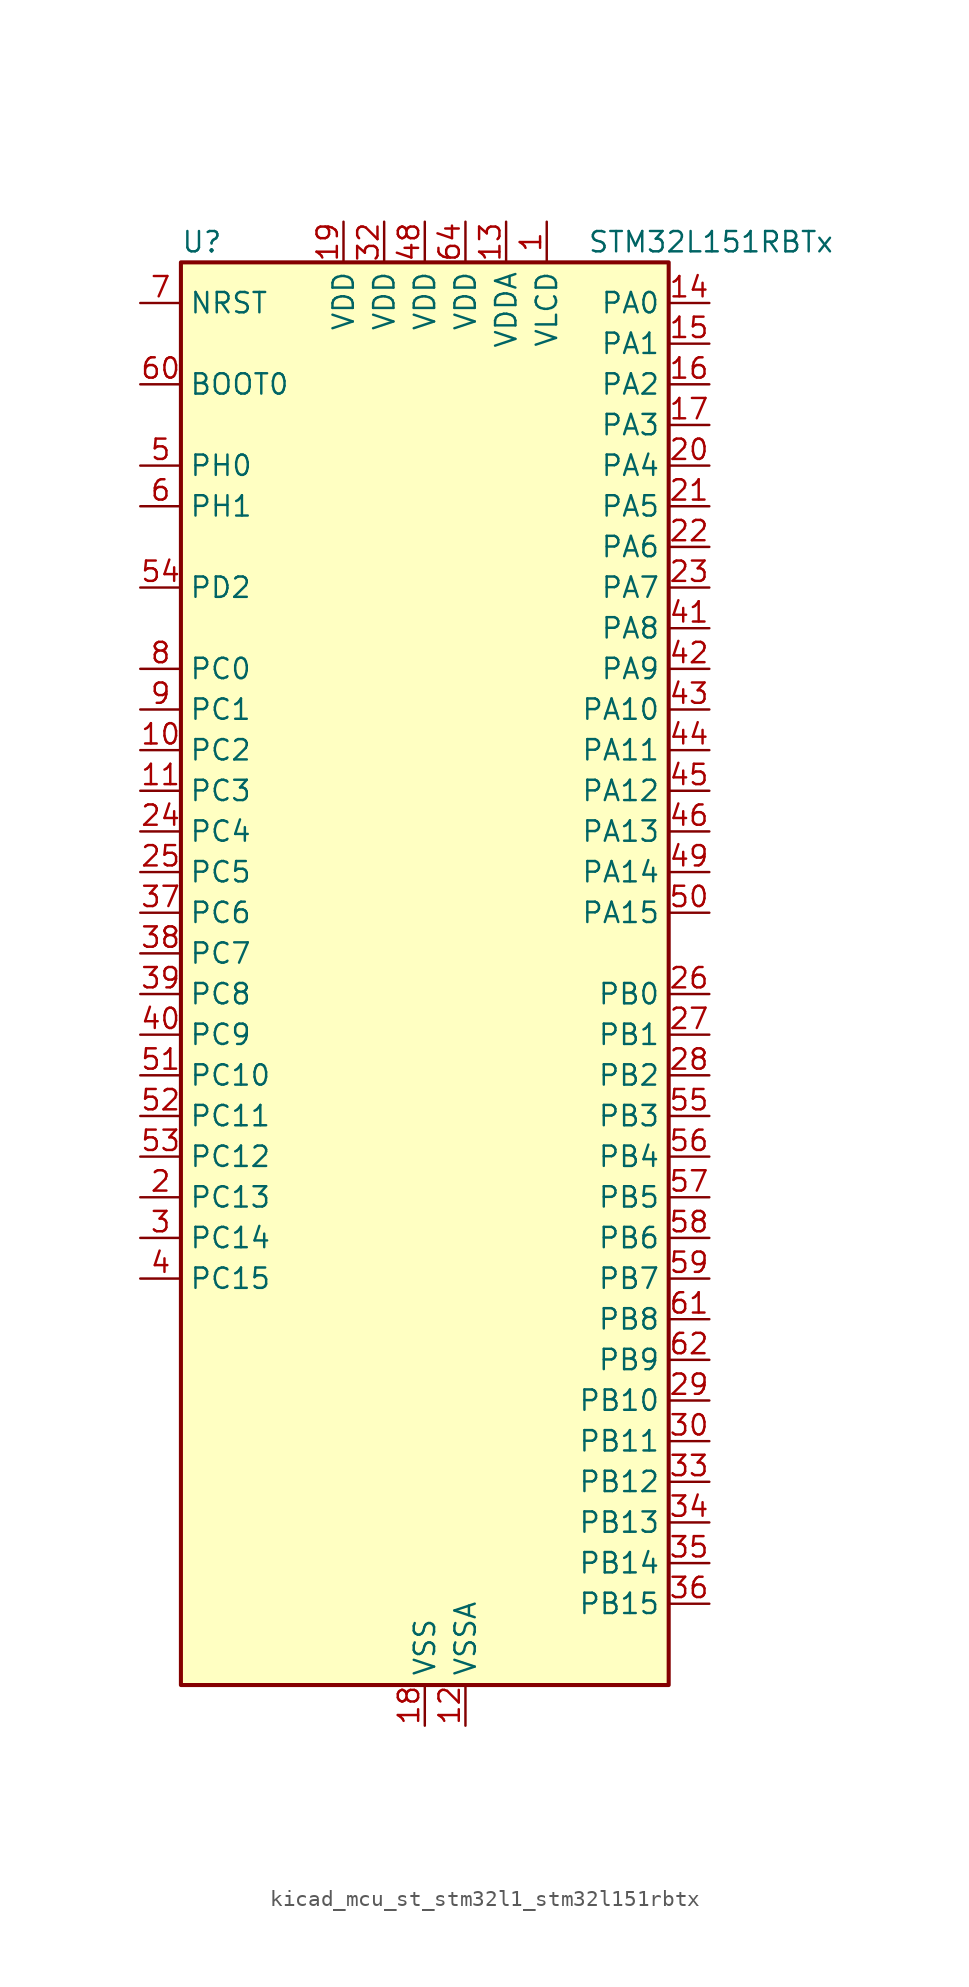
<source format=kicad_sym>
(kicad_symbol_lib
  (version 20220914)
  (generator kicad_symbol_editor)
  (symbol "kicad_mcu_st_stm32l1_stm32l151rbtx"
    (property "Reference" "U"
      (at -15.24 46.99 0)
      (effects (font (size 1.27 1.27)) (justify left)))
    (property "Value" "STM32L151RBTx"
      (at 10.16 46.99 0)
      (effects (font (size 1.27 1.27)) (justify left)))
    (property "ki_locked" ""
      (at 0 0 0)
      (effects (font (size 1.27 1.27))))
    (symbol "kicad_mcu_st_stm32l1_stm32l151rbtx_0_1"
      (rectangle (start -15.24 -43.18) (end 15.24 45.72) (stroke (width 0.254) (type default)) (fill (type background))))
    (symbol "kicad_mcu_st_stm32l1_stm32l151rbtx_1_1"
      (pin power_in line (at 7.62 48.26 270) (length 2.54) (name "VLCD" (effects (font (size 1.27 1.27)))) (number "1" (effects (font (size 1.27 1.27)))))
      (pin bidirectional line (at -17.78 15.24 0) (length 2.54) (name "PC2" (effects (font (size 1.27 1.27)))) (number "10" (effects (font (size 1.27 1.27)))) (alternate "ADC_IN12" bidirectional line) (alternate "COMP1_INP" bidirectional line) (alternate "TIMX_IC3" bidirectional line) (alternate "TS_G8_IO3" bidirectional line))
      (pin bidirectional line (at -17.78 12.7 0) (length 2.54) (name "PC3" (effects (font (size 1.27 1.27)))) (number "11" (effects (font (size 1.27 1.27)))) (alternate "ADC_IN13" bidirectional line) (alternate "COMP1_INP" bidirectional line) (alternate "TIMX_IC4" bidirectional line) (alternate "TS_G8_IO4" bidirectional line))
      (pin power_in line (at 2.54 -45.72 90) (length 2.54) (name "VSSA" (effects (font (size 1.27 1.27)))) (number "12" (effects (font (size 1.27 1.27)))))
      (pin power_in line (at 5.08 48.26 270) (length 2.54) (name "VDDA" (effects (font (size 1.27 1.27)))) (number "13" (effects (font (size 1.27 1.27)))))
      (pin bidirectional line (at 17.78 43.18 180) (length 2.54) (name "PA0" (effects (font (size 1.27 1.27)))) (number "14" (effects (font (size 1.27 1.27)))) (alternate "ADC_IN0" bidirectional line) (alternate "COMP1_INP" bidirectional line) (alternate "SYS_WKUP1" bidirectional line) (alternate "TIM2_CH1" bidirectional line) (alternate "TIM2_ETR" bidirectional line) (alternate "TIMX_IC1" bidirectional line) (alternate "TS_G1_IO1" bidirectional line) (alternate "USART2_CTS" bidirectional line))
      (pin bidirectional line (at 17.78 40.64 180) (length 2.54) (name "PA1" (effects (font (size 1.27 1.27)))) (number "15" (effects (font (size 1.27 1.27)))) (alternate "ADC_IN1" bidirectional line) (alternate "COMP1_INP" bidirectional line) (alternate "TIM2_CH2" bidirectional line) (alternate "TIMX_IC2" bidirectional line) (alternate "TS_G1_IO2" bidirectional line) (alternate "USART2_RTS" bidirectional line))
      (pin bidirectional line (at 17.78 38.1 180) (length 2.54) (name "PA2" (effects (font (size 1.27 1.27)))) (number "16" (effects (font (size 1.27 1.27)))) (alternate "ADC_IN2" bidirectional line) (alternate "COMP1_INP" bidirectional line) (alternate "TIM2_CH3" bidirectional line) (alternate "TIM9_CH1" bidirectional line) (alternate "TIMX_IC3" bidirectional line) (alternate "TS_G1_IO3" bidirectional line) (alternate "USART2_TX" bidirectional line))
      (pin bidirectional line (at 17.78 35.56 180) (length 2.54) (name "PA3" (effects (font (size 1.27 1.27)))) (number "17" (effects (font (size 1.27 1.27)))) (alternate "ADC_IN3" bidirectional line) (alternate "COMP1_INP" bidirectional line) (alternate "TIM2_CH4" bidirectional line) (alternate "TIM9_CH2" bidirectional line) (alternate "TIMX_IC4" bidirectional line) (alternate "TS_G1_IO4" bidirectional line) (alternate "USART2_RX" bidirectional line))
      (pin power_in line (at 0 -45.72 90) (length 2.54) (name "VSS" (effects (font (size 1.27 1.27)))) (number "18" (effects (font (size 1.27 1.27)))))
      (pin power_in line (at -5.08 48.26 270) (length 2.54) (name "VDD" (effects (font (size 1.27 1.27)))) (number "19" (effects (font (size 1.27 1.27)))))
      (pin bidirectional line (at -17.78 -12.7 0) (length 2.54) (name "PC13" (effects (font (size 1.27 1.27)))) (number "2" (effects (font (size 1.27 1.27)))) (alternate "RTC_OUT_ALARM" bidirectional line) (alternate "RTC_OUT_CALIB" bidirectional line) (alternate "RTC_TAMP1" bidirectional line) (alternate "RTC_TS" bidirectional line) (alternate "SYS_WKUP2" bidirectional line) (alternate "TIMX_IC2" bidirectional line))
      (pin bidirectional line (at 17.78 33.02 180) (length 2.54) (name "PA4" (effects (font (size 1.27 1.27)))) (number "20" (effects (font (size 1.27 1.27)))) (alternate "ADC_IN4" bidirectional line) (alternate "COMP1_INP" bidirectional line) (alternate "DAC_OUT1" bidirectional line) (alternate "SPI1_NSS" bidirectional line) (alternate "TIMX_IC1" bidirectional line) (alternate "USART2_CK" bidirectional line))
      (pin bidirectional line (at 17.78 30.48 180) (length 2.54) (name "PA5" (effects (font (size 1.27 1.27)))) (number "21" (effects (font (size 1.27 1.27)))) (alternate "ADC_IN5" bidirectional line) (alternate "COMP1_INP" bidirectional line) (alternate "DAC_OUT2" bidirectional line) (alternate "SPI1_SCK" bidirectional line) (alternate "TIM2_CH1" bidirectional line) (alternate "TIM2_ETR" bidirectional line) (alternate "TIMX_IC2" bidirectional line))
      (pin bidirectional line (at 17.78 27.94 180) (length 2.54) (name "PA6" (effects (font (size 1.27 1.27)))) (number "22" (effects (font (size 1.27 1.27)))) (alternate "ADC_IN6" bidirectional line) (alternate "COMP1_INP" bidirectional line) (alternate "SPI1_MISO" bidirectional line) (alternate "TIM10_CH1" bidirectional line) (alternate "TIM3_CH1" bidirectional line) (alternate "TIMX_IC3" bidirectional line) (alternate "TS_G2_IO1" bidirectional line))
      (pin bidirectional line (at 17.78 25.4 180) (length 2.54) (name "PA7" (effects (font (size 1.27 1.27)))) (number "23" (effects (font (size 1.27 1.27)))) (alternate "ADC_IN7" bidirectional line) (alternate "COMP1_INP" bidirectional line) (alternate "SPI1_MOSI" bidirectional line) (alternate "TIM11_CH1" bidirectional line) (alternate "TIM3_CH2" bidirectional line) (alternate "TIMX_IC4" bidirectional line) (alternate "TS_G2_IO2" bidirectional line))
      (pin bidirectional line (at -17.78 10.16 0) (length 2.54) (name "PC4" (effects (font (size 1.27 1.27)))) (number "24" (effects (font (size 1.27 1.27)))) (alternate "ADC_IN14" bidirectional line) (alternate "COMP1_INP" bidirectional line) (alternate "TIMX_IC1" bidirectional line) (alternate "TS_G9_IO1" bidirectional line))
      (pin bidirectional line (at -17.78 7.62 0) (length 2.54) (name "PC5" (effects (font (size 1.27 1.27)))) (number "25" (effects (font (size 1.27 1.27)))) (alternate "ADC_IN15" bidirectional line) (alternate "COMP1_INP" bidirectional line) (alternate "TIMX_IC2" bidirectional line) (alternate "TS_G9_IO2" bidirectional line))
      (pin bidirectional line (at 17.78 0 180) (length 2.54) (name "PB0" (effects (font (size 1.27 1.27)))) (number "26" (effects (font (size 1.27 1.27)))) (alternate "ADC_IN8" bidirectional line) (alternate "COMP1_INP" bidirectional line) (alternate "SYS_V_REF_OUT" bidirectional line) (alternate "TIM3_CH3" bidirectional line) (alternate "TS_G3_IO1" bidirectional line))
      (pin bidirectional line (at 17.78 -2.54 180) (length 2.54) (name "PB1" (effects (font (size 1.27 1.27)))) (number "27" (effects (font (size 1.27 1.27)))) (alternate "ADC_IN9" bidirectional line) (alternate "COMP1_INP" bidirectional line) (alternate "SYS_V_REF_OUT" bidirectional line) (alternate "TIM3_CH4" bidirectional line) (alternate "TS_G3_IO2" bidirectional line))
      (pin bidirectional line (at 17.78 -5.08 180) (length 2.54) (name "PB2" (effects (font (size 1.27 1.27)))) (number "28" (effects (font (size 1.27 1.27)))))
      (pin bidirectional line (at 17.78 -25.4 180) (length 2.54) (name "PB10" (effects (font (size 1.27 1.27)))) (number "29" (effects (font (size 1.27 1.27)))) (alternate "I2C2_SCL" bidirectional line) (alternate "TIM2_CH3" bidirectional line) (alternate "USART3_TX" bidirectional line))
      (pin bidirectional line (at -17.78 -15.24 0) (length 2.54) (name "PC14" (effects (font (size 1.27 1.27)))) (number "3" (effects (font (size 1.27 1.27)))) (alternate "RCC_OSC32_IN" bidirectional line) (alternate "TIMX_IC3" bidirectional line))
      (pin bidirectional line (at 17.78 -27.94 180) (length 2.54) (name "PB11" (effects (font (size 1.27 1.27)))) (number "30" (effects (font (size 1.27 1.27)))) (alternate "ADC_EXTI11" bidirectional line) (alternate "I2C2_SDA" bidirectional line) (alternate "TIM2_CH4" bidirectional line) (alternate "USART3_RX" bidirectional line))
      (pin passive line (at 0 -45.72 90) (length 2.54) hide (name "VSS" (effects (font (size 1.27 1.27)))) (number "31" (effects (font (size 1.27 1.27)))))
      (pin power_in line (at -2.54 48.26 270) (length 2.54) (name "VDD" (effects (font (size 1.27 1.27)))) (number "32" (effects (font (size 1.27 1.27)))))
      (pin bidirectional line (at 17.78 -30.48 180) (length 2.54) (name "PB12" (effects (font (size 1.27 1.27)))) (number "33" (effects (font (size 1.27 1.27)))) (alternate "ADC_IN18" bidirectional line) (alternate "COMP1_INP" bidirectional line) (alternate "I2C2_SMBA" bidirectional line) (alternate "SPI2_NSS" bidirectional line) (alternate "TIM10_CH1" bidirectional line) (alternate "TS_G7_IO1" bidirectional line) (alternate "USART3_CK" bidirectional line))
      (pin bidirectional line (at 17.78 -33.02 180) (length 2.54) (name "PB13" (effects (font (size 1.27 1.27)))) (number "34" (effects (font (size 1.27 1.27)))) (alternate "ADC_IN19" bidirectional line) (alternate "COMP1_INP" bidirectional line) (alternate "SPI2_SCK" bidirectional line) (alternate "TIM9_CH1" bidirectional line) (alternate "TS_G7_IO2" bidirectional line) (alternate "USART3_CTS" bidirectional line))
      (pin bidirectional line (at 17.78 -35.56 180) (length 2.54) (name "PB14" (effects (font (size 1.27 1.27)))) (number "35" (effects (font (size 1.27 1.27)))) (alternate "ADC_IN20" bidirectional line) (alternate "COMP1_INP" bidirectional line) (alternate "SPI2_MISO" bidirectional line) (alternate "TIM9_CH2" bidirectional line) (alternate "TS_G7_IO3" bidirectional line) (alternate "USART3_RTS" bidirectional line))
      (pin bidirectional line (at 17.78 -38.1 180) (length 2.54) (name "PB15" (effects (font (size 1.27 1.27)))) (number "36" (effects (font (size 1.27 1.27)))) (alternate "ADC_EXTI15" bidirectional line) (alternate "ADC_IN21" bidirectional line) (alternate "COMP1_INP" bidirectional line) (alternate "RTC_REFIN" bidirectional line) (alternate "SPI2_MOSI" bidirectional line) (alternate "TIM11_CH1" bidirectional line) (alternate "TS_G7_IO4" bidirectional line))
      (pin bidirectional line (at -17.78 5.08 0) (length 2.54) (name "PC6" (effects (font (size 1.27 1.27)))) (number "37" (effects (font (size 1.27 1.27)))) (alternate "TIM3_CH1" bidirectional line) (alternate "TIMX_IC3" bidirectional line) (alternate "TS_G10_IO1" bidirectional line))
      (pin bidirectional line (at -17.78 2.54 0) (length 2.54) (name "PC7" (effects (font (size 1.27 1.27)))) (number "38" (effects (font (size 1.27 1.27)))) (alternate "TIM3_CH2" bidirectional line) (alternate "TIMX_IC4" bidirectional line) (alternate "TS_G10_IO2" bidirectional line))
      (pin bidirectional line (at -17.78 0 0) (length 2.54) (name "PC8" (effects (font (size 1.27 1.27)))) (number "39" (effects (font (size 1.27 1.27)))) (alternate "TIM3_CH3" bidirectional line) (alternate "TIMX_IC1" bidirectional line) (alternate "TS_G10_IO3" bidirectional line))
      (pin bidirectional line (at -17.78 -17.78 0) (length 2.54) (name "PC15" (effects (font (size 1.27 1.27)))) (number "4" (effects (font (size 1.27 1.27)))) (alternate "ADC_EXTI15" bidirectional line) (alternate "RCC_OSC32_OUT" bidirectional line) (alternate "TIMX_IC4" bidirectional line))
      (pin bidirectional line (at -17.78 -2.54 0) (length 2.54) (name "PC9" (effects (font (size 1.27 1.27)))) (number "40" (effects (font (size 1.27 1.27)))) (alternate "DAC_EXTI9" bidirectional line) (alternate "TIM3_CH4" bidirectional line) (alternate "TIMX_IC2" bidirectional line) (alternate "TS_G10_IO4" bidirectional line))
      (pin bidirectional line (at 17.78 22.86 180) (length 2.54) (name "PA8" (effects (font (size 1.27 1.27)))) (number "41" (effects (font (size 1.27 1.27)))) (alternate "RCC_MCO" bidirectional line) (alternate "TIMX_IC1" bidirectional line) (alternate "TS_G4_IO1" bidirectional line) (alternate "USART1_CK" bidirectional line))
      (pin bidirectional line (at 17.78 20.32 180) (length 2.54) (name "PA9" (effects (font (size 1.27 1.27)))) (number "42" (effects (font (size 1.27 1.27)))) (alternate "DAC_EXTI9" bidirectional line) (alternate "TIMX_IC2" bidirectional line) (alternate "TS_G4_IO2" bidirectional line) (alternate "USART1_TX" bidirectional line))
      (pin bidirectional line (at 17.78 17.78 180) (length 2.54) (name "PA10" (effects (font (size 1.27 1.27)))) (number "43" (effects (font (size 1.27 1.27)))) (alternate "TIMX_IC3" bidirectional line) (alternate "TS_G4_IO3" bidirectional line) (alternate "USART1_RX" bidirectional line))
      (pin bidirectional line (at 17.78 15.24 180) (length 2.54) (name "PA11" (effects (font (size 1.27 1.27)))) (number "44" (effects (font (size 1.27 1.27)))) (alternate "ADC_EXTI11" bidirectional line) (alternate "SPI1_MISO" bidirectional line) (alternate "TIMX_IC4" bidirectional line) (alternate "USART1_CTS" bidirectional line) (alternate "USB_DM" bidirectional line))
      (pin bidirectional line (at 17.78 12.7 180) (length 2.54) (name "PA12" (effects (font (size 1.27 1.27)))) (number "45" (effects (font (size 1.27 1.27)))) (alternate "SPI1_MOSI" bidirectional line) (alternate "TIMX_IC1" bidirectional line) (alternate "USART1_RTS" bidirectional line) (alternate "USB_DP" bidirectional line))
      (pin bidirectional line (at 17.78 10.16 180) (length 2.54) (name "PA13" (effects (font (size 1.27 1.27)))) (number "46" (effects (font (size 1.27 1.27)))) (alternate "SYS_JTMS-SWDIO" bidirectional line) (alternate "TIMX_IC2" bidirectional line) (alternate "TS_G5_IO1" bidirectional line))
      (pin passive line (at 0 -45.72 90) (length 2.54) hide (name "VSS" (effects (font (size 1.27 1.27)))) (number "47" (effects (font (size 1.27 1.27)))))
      (pin power_in line (at 0 48.26 270) (length 2.54) (name "VDD" (effects (font (size 1.27 1.27)))) (number "48" (effects (font (size 1.27 1.27)))))
      (pin bidirectional line (at 17.78 7.62 180) (length 2.54) (name "PA14" (effects (font (size 1.27 1.27)))) (number "49" (effects (font (size 1.27 1.27)))) (alternate "SYS_JTCK-SWCLK" bidirectional line) (alternate "TIMX_IC3" bidirectional line) (alternate "TS_G5_IO2" bidirectional line))
      (pin bidirectional line (at -17.78 33.02 0) (length 2.54) (name "PH0" (effects (font (size 1.27 1.27)))) (number "5" (effects (font (size 1.27 1.27)))) (alternate "RCC_OSC_IN" bidirectional line))
      (pin bidirectional line (at 17.78 5.08 180) (length 2.54) (name "PA15" (effects (font (size 1.27 1.27)))) (number "50" (effects (font (size 1.27 1.27)))) (alternate "ADC_EXTI15" bidirectional line) (alternate "SPI1_NSS" bidirectional line) (alternate "SYS_JTDI" bidirectional line) (alternate "TIM2_CH1" bidirectional line) (alternate "TIM2_ETR" bidirectional line) (alternate "TIMX_IC4" bidirectional line) (alternate "TS_G5_IO3" bidirectional line))
      (pin bidirectional line (at -17.78 -5.08 0) (length 2.54) (name "PC10" (effects (font (size 1.27 1.27)))) (number "51" (effects (font (size 1.27 1.27)))) (alternate "TIMX_IC3" bidirectional line) (alternate "USART3_TX" bidirectional line))
      (pin bidirectional line (at -17.78 -7.62 0) (length 2.54) (name "PC11" (effects (font (size 1.27 1.27)))) (number "52" (effects (font (size 1.27 1.27)))) (alternate "ADC_EXTI11" bidirectional line) (alternate "TIMX_IC4" bidirectional line) (alternate "USART3_RX" bidirectional line))
      (pin bidirectional line (at -17.78 -10.16 0) (length 2.54) (name "PC12" (effects (font (size 1.27 1.27)))) (number "53" (effects (font (size 1.27 1.27)))) (alternate "TIMX_IC1" bidirectional line) (alternate "USART3_CK" bidirectional line))
      (pin bidirectional line (at -17.78 25.4 0) (length 2.54) (name "PD2" (effects (font (size 1.27 1.27)))) (number "54" (effects (font (size 1.27 1.27)))) (alternate "TIM3_ETR" bidirectional line) (alternate "TIMX_IC3" bidirectional line))
      (pin bidirectional line (at 17.78 -7.62 180) (length 2.54) (name "PB3" (effects (font (size 1.27 1.27)))) (number "55" (effects (font (size 1.27 1.27)))) (alternate "COMP2_INM" bidirectional line) (alternate "SPI1_SCK" bidirectional line) (alternate "SYS_JTDO-TRACESWO" bidirectional line) (alternate "TIM2_CH2" bidirectional line))
      (pin bidirectional line (at 17.78 -10.16 180) (length 2.54) (name "PB4" (effects (font (size 1.27 1.27)))) (number "56" (effects (font (size 1.27 1.27)))) (alternate "COMP2_INP" bidirectional line) (alternate "SPI1_MISO" bidirectional line) (alternate "SYS_JTRST" bidirectional line) (alternate "TIM3_CH1" bidirectional line) (alternate "TS_G6_IO1" bidirectional line))
      (pin bidirectional line (at 17.78 -12.7 180) (length 2.54) (name "PB5" (effects (font (size 1.27 1.27)))) (number "57" (effects (font (size 1.27 1.27)))) (alternate "COMP2_INP" bidirectional line) (alternate "I2C1_SMBA" bidirectional line) (alternate "SPI1_MOSI" bidirectional line) (alternate "TIM3_CH2" bidirectional line) (alternate "TS_G6_IO2" bidirectional line))
      (pin bidirectional line (at 17.78 -15.24 180) (length 2.54) (name "PB6" (effects (font (size 1.27 1.27)))) (number "58" (effects (font (size 1.27 1.27)))) (alternate "I2C1_SCL" bidirectional line) (alternate "TIM4_CH1" bidirectional line) (alternate "USART1_TX" bidirectional line))
      (pin bidirectional line (at 17.78 -17.78 180) (length 2.54) (name "PB7" (effects (font (size 1.27 1.27)))) (number "59" (effects (font (size 1.27 1.27)))) (alternate "I2C1_SDA" bidirectional line) (alternate "SYS_PVD_IN" bidirectional line) (alternate "TIM4_CH2" bidirectional line) (alternate "USART1_RX" bidirectional line))
      (pin bidirectional line (at -17.78 30.48 0) (length 2.54) (name "PH1" (effects (font (size 1.27 1.27)))) (number "6" (effects (font (size 1.27 1.27)))) (alternate "RCC_OSC_OUT" bidirectional line))
      (pin input line (at -17.78 38.1 0) (length 2.54) (name "BOOT0" (effects (font (size 1.27 1.27)))) (number "60" (effects (font (size 1.27 1.27)))))
      (pin bidirectional line (at 17.78 -20.32 180) (length 2.54) (name "PB8" (effects (font (size 1.27 1.27)))) (number "61" (effects (font (size 1.27 1.27)))) (alternate "I2C1_SCL" bidirectional line) (alternate "TIM10_CH1" bidirectional line) (alternate "TIM4_CH3" bidirectional line))
      (pin bidirectional line (at 17.78 -22.86 180) (length 2.54) (name "PB9" (effects (font (size 1.27 1.27)))) (number "62" (effects (font (size 1.27 1.27)))) (alternate "DAC_EXTI9" bidirectional line) (alternate "I2C1_SDA" bidirectional line) (alternate "TIM11_CH1" bidirectional line) (alternate "TIM4_CH4" bidirectional line))
      (pin passive line (at 0 -45.72 90) (length 2.54) hide (name "VSS" (effects (font (size 1.27 1.27)))) (number "63" (effects (font (size 1.27 1.27)))))
      (pin power_in line (at 2.54 48.26 270) (length 2.54) (name "VDD" (effects (font (size 1.27 1.27)))) (number "64" (effects (font (size 1.27 1.27)))))
      (pin input line (at -17.78 43.18 0) (length 2.54) (name "NRST" (effects (font (size 1.27 1.27)))) (number "7" (effects (font (size 1.27 1.27)))))
      (pin bidirectional line (at -17.78 20.32 0) (length 2.54) (name "PC0" (effects (font (size 1.27 1.27)))) (number "8" (effects (font (size 1.27 1.27)))) (alternate "ADC_IN10" bidirectional line) (alternate "COMP1_INP" bidirectional line) (alternate "TIMX_IC1" bidirectional line) (alternate "TS_G8_IO1" bidirectional line))
      (pin bidirectional line (at -17.78 17.78 0) (length 2.54) (name "PC1" (effects (font (size 1.27 1.27)))) (number "9" (effects (font (size 1.27 1.27)))) (alternate "ADC_IN11" bidirectional line) (alternate "COMP1_INP" bidirectional line) (alternate "TIMX_IC2" bidirectional line) (alternate "TS_G8_IO2" bidirectional line)))))
</source>
